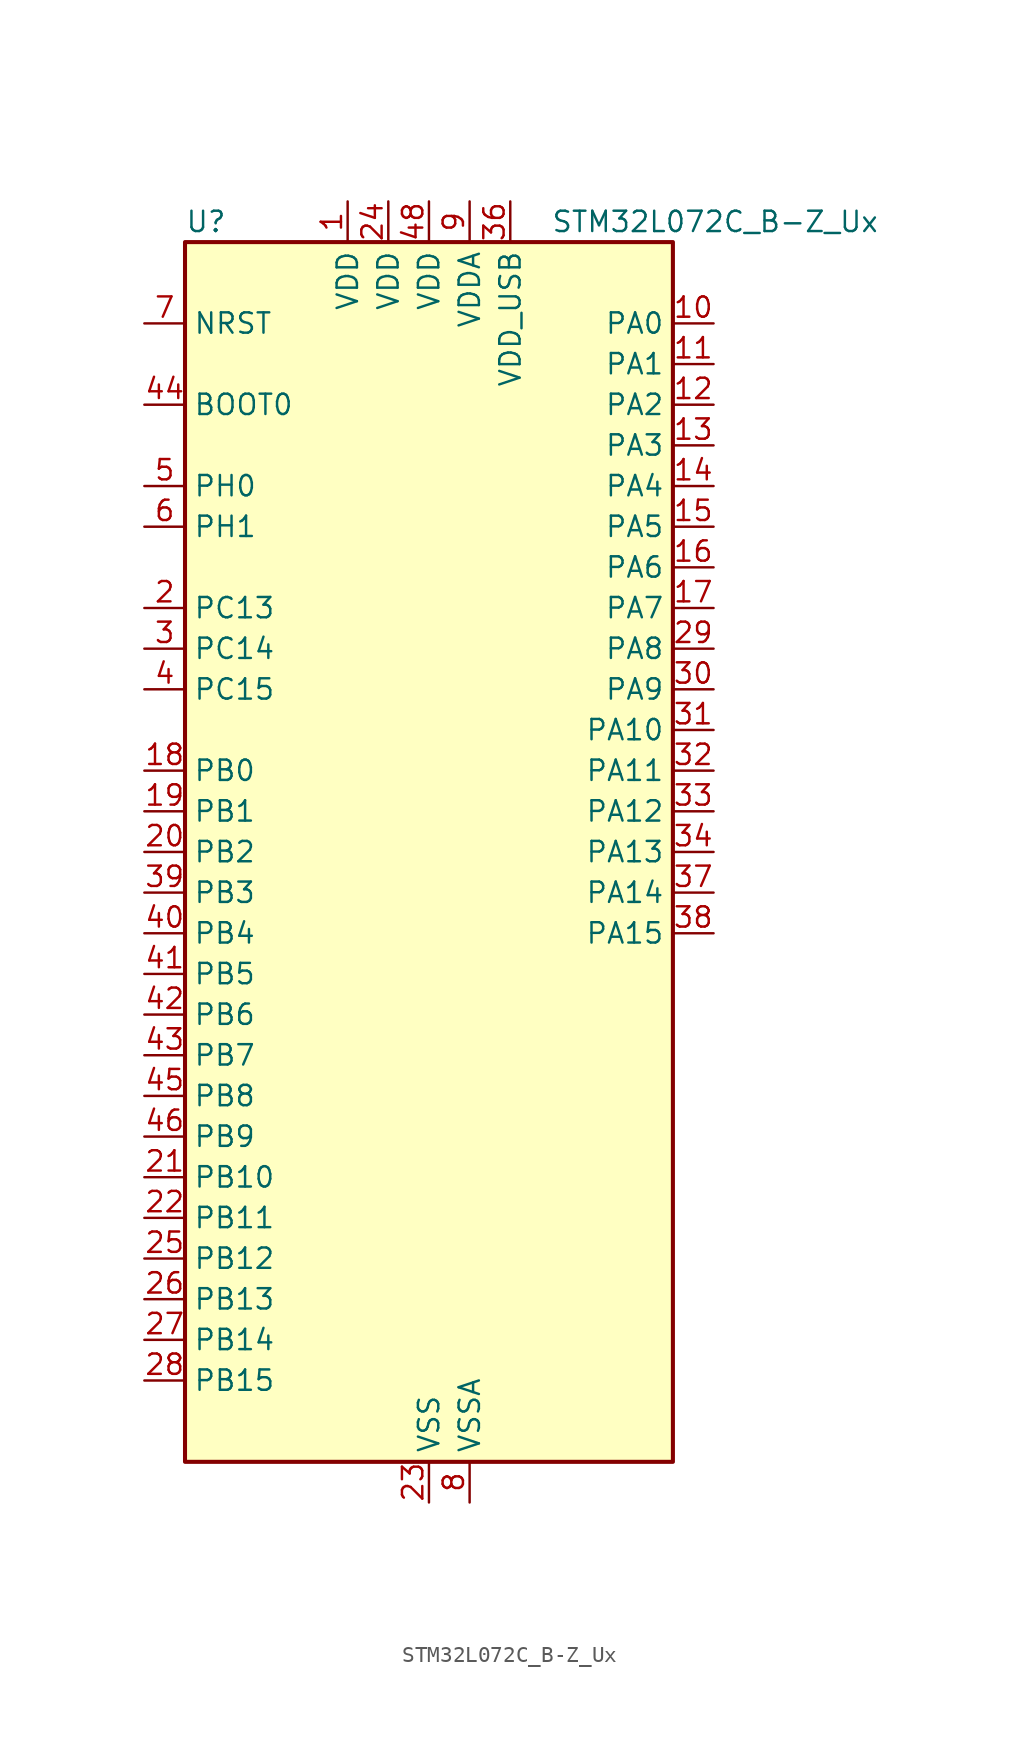
<source format=kicad_sym>
(kicad_symbol_lib
  (version 20241209)
  (generator "kicad_symbol_editor")
  (generator_version "9.0")
  (symbol "STM32L072C_B-Z_Ux"
    (property "Reference" "U"
      (at -15.24 39.37 0)
      (effects (font (size 1.27 1.27)) (justify left)))
    (property "Value" "STM32L072C_B-Z_Ux"
      (at 7.62 39.37 0)
      (effects (font (size 1.27 1.27)) (justify left)))
    (symbol "STM32L072C_B-Z_Ux_0_1"
      (rectangle (start -15.24 -38.1) (end 15.24 38.1) (stroke (width 0.254) (type default)) (fill (type background))))
    (symbol "STM32L072C_B-Z_Ux_1_1"
      (pin input line (at -17.78 33.02 0) (length 2.54) (name "NRST" (effects (font (size 1.27 1.27)))) (number "7" (effects (font (size 1.27 1.27)))))
      (pin input line (at -17.78 27.94 0) (length 2.54) (name "BOOT0" (effects (font (size 1.27 1.27)))) (number "44" (effects (font (size 1.27 1.27)))))
      (pin bidirectional line (at -17.78 22.86 0) (length 2.54) (name "PH0" (effects (font (size 1.27 1.27)))) (number "5" (effects (font (size 1.27 1.27)))) (alternate "CRS_SYNC" bidirectional line) (alternate "RCC_OSC_IN" bidirectional line))
      (pin bidirectional line (at -17.78 20.32 0) (length 2.54) (name "PH1" (effects (font (size 1.27 1.27)))) (number "6" (effects (font (size 1.27 1.27)))) (alternate "RCC_OSC_OUT" bidirectional line))
      (pin bidirectional line (at -17.78 15.24 0) (length 2.54) (name "PC13" (effects (font (size 1.27 1.27)))) (number "2" (effects (font (size 1.27 1.27)))) (alternate "RTC_OUT_ALARM" bidirectional line) (alternate "RTC_OUT_CALIB" bidirectional line) (alternate "RTC_TAMP1" bidirectional line) (alternate "RTC_TS" bidirectional line) (alternate "SYS_WKUP2" bidirectional line))
      (pin bidirectional line (at -17.78 12.7 0) (length 2.54) (name "PC14" (effects (font (size 1.27 1.27)))) (number "3" (effects (font (size 1.27 1.27)))) (alternate "RCC_OSC32_IN" bidirectional line))
      (pin bidirectional line (at -17.78 10.16 0) (length 2.54) (name "PC15" (effects (font (size 1.27 1.27)))) (number "4" (effects (font (size 1.27 1.27)))) (alternate "RCC_OSC32_OUT" bidirectional line))
      (pin bidirectional line (at -17.78 5.08 0) (length 2.54) (name "PB0" (effects (font (size 1.27 1.27)))) (number "18" (effects (font (size 1.27 1.27)))) (alternate "ADC_IN8" bidirectional line) (alternate "SYS_VREF_OUT_PB0" bidirectional line) (alternate "TIM3_CH3" bidirectional line) (alternate "TSC_G3_IO2" bidirectional line))
      (pin bidirectional line (at -17.78 2.54 0) (length 2.54) (name "PB1" (effects (font (size 1.27 1.27)))) (number "19" (effects (font (size 1.27 1.27)))) (alternate "ADC_IN9" bidirectional line) (alternate "LPUART1_DE" bidirectional line) (alternate "LPUART1_RTS" bidirectional line) (alternate "SYS_VREF_OUT_PB1" bidirectional line) (alternate "TIM3_CH4" bidirectional line) (alternate "TSC_G3_IO3" bidirectional line))
      (pin bidirectional line (at -17.78 0 0) (length 2.54) (name "PB2" (effects (font (size 1.27 1.27)))) (number "20" (effects (font (size 1.27 1.27)))) (alternate "I2C3_SMBA" bidirectional line) (alternate "LPTIM1_OUT" bidirectional line) (alternate "TSC_G3_IO4" bidirectional line))
      (pin bidirectional line (at -17.78 -2.54 0) (length 2.54) (name "PB3" (effects (font (size 1.27 1.27)))) (number "39" (effects (font (size 1.27 1.27)))) (alternate "COMP2_INM" bidirectional line) (alternate "SPI1_SCK" bidirectional line) (alternate "TIM2_CH2" bidirectional line) (alternate "TSC_G5_IO1" bidirectional line) (alternate "USART1_DE" bidirectional line) (alternate "USART1_RTS" bidirectional line) (alternate "USART5_TX" bidirectional line))
      (pin bidirectional line (at -17.78 -5.08 0) (length 2.54) (name "PB4" (effects (font (size 1.27 1.27)))) (number "40" (effects (font (size 1.27 1.27)))) (alternate "COMP2_INP" bidirectional line) (alternate "I2C3_SDA" bidirectional line) (alternate "SPI1_MISO" bidirectional line) (alternate "TIM22_CH1" bidirectional line) (alternate "TIM3_CH1" bidirectional line) (alternate "TSC_G5_IO2" bidirectional line) (alternate "USART1_CTS" bidirectional line) (alternate "USART5_RX" bidirectional line))
      (pin bidirectional line (at -17.78 -7.62 0) (length 2.54) (name "PB5" (effects (font (size 1.27 1.27)))) (number "41" (effects (font (size 1.27 1.27)))) (alternate "COMP2_INP" bidirectional line) (alternate "I2C1_SMBA" bidirectional line) (alternate "LPTIM1_IN1" bidirectional line) (alternate "SPI1_MOSI" bidirectional line) (alternate "TIM22_CH2" bidirectional line) (alternate "TIM3_CH2" bidirectional line) (alternate "USART1_CK" bidirectional line) (alternate "USART5_CK" bidirectional line) (alternate "USART5_DE" bidirectional line) (alternate "USART5_RTS" bidirectional line))
      (pin bidirectional line (at -17.78 -10.16 0) (length 2.54) (name "PB6" (effects (font (size 1.27 1.27)))) (number "42" (effects (font (size 1.27 1.27)))) (alternate "COMP2_INP" bidirectional line) (alternate "I2C1_SCL" bidirectional line) (alternate "LPTIM1_ETR" bidirectional line) (alternate "TSC_G5_IO3" bidirectional line) (alternate "USART1_TX" bidirectional line))
      (pin bidirectional line (at -17.78 -12.7 0) (length 2.54) (name "PB7" (effects (font (size 1.27 1.27)))) (number "43" (effects (font (size 1.27 1.27)))) (alternate "COMP2_INP" bidirectional line) (alternate "I2C1_SDA" bidirectional line) (alternate "LPTIM1_IN2" bidirectional line) (alternate "SYS_PVD_IN" bidirectional line) (alternate "TSC_G5_IO4" bidirectional line) (alternate "USART1_RX" bidirectional line) (alternate "USART4_CTS" bidirectional line))
      (pin bidirectional line (at -17.78 -15.24 0) (length 2.54) (name "PB8" (effects (font (size 1.27 1.27)))) (number "45" (effects (font (size 1.27 1.27)))) (alternate "I2C1_SCL" bidirectional line) (alternate "TSC_SYNC" bidirectional line))
      (pin bidirectional line (at -17.78 -17.78 0) (length 2.54) (name "PB9" (effects (font (size 1.27 1.27)))) (number "46" (effects (font (size 1.27 1.27)))) (alternate "DAC_EXTI9" bidirectional line) (alternate "I2C1_SDA" bidirectional line) (alternate "I2S2_WS" bidirectional line) (alternate "SPI2_NSS" bidirectional line))
      (pin bidirectional line (at -17.78 -20.32 0) (length 2.54) (name "PB10" (effects (font (size 1.27 1.27)))) (number "21" (effects (font (size 1.27 1.27)))) (alternate "I2C2_SCL" bidirectional line) (alternate "LPUART1_RX" bidirectional line) (alternate "LPUART1_TX" bidirectional line) (alternate "SPI2_SCK" bidirectional line) (alternate "TIM2_CH3" bidirectional line) (alternate "TSC_SYNC" bidirectional line))
      (pin bidirectional line (at -17.78 -22.86 0) (length 2.54) (name "PB11" (effects (font (size 1.27 1.27)))) (number "22" (effects (font (size 1.27 1.27)))) (alternate "ADC_EXTI11" bidirectional line) (alternate "I2C2_SDA" bidirectional line) (alternate "LPUART1_RX" bidirectional line) (alternate "LPUART1_TX" bidirectional line) (alternate "TIM2_CH4" bidirectional line) (alternate "TSC_G6_IO1" bidirectional line))
      (pin bidirectional line (at -17.78 -25.4 0) (length 2.54) (name "PB12" (effects (font (size 1.27 1.27)))) (number "25" (effects (font (size 1.27 1.27)))) (alternate "I2S2_WS" bidirectional line) (alternate "LPUART1_DE" bidirectional line) (alternate "LPUART1_RTS" bidirectional line) (alternate "SPI2_NSS" bidirectional line) (alternate "TSC_G6_IO2" bidirectional line))
      (pin bidirectional line (at -17.78 -27.94 0) (length 2.54) (name "PB13" (effects (font (size 1.27 1.27)))) (number "26" (effects (font (size 1.27 1.27)))) (alternate "I2C2_SCL" bidirectional line) (alternate "I2S2_CK" bidirectional line) (alternate "LPUART1_CTS" bidirectional line) (alternate "RCC_MCO" bidirectional line) (alternate "SPI2_SCK" bidirectional line) (alternate "TIM21_CH1" bidirectional line) (alternate "TSC_G6_IO3" bidirectional line))
      (pin bidirectional line (at -17.78 -30.48 0) (length 2.54) (name "PB14" (effects (font (size 1.27 1.27)))) (number "27" (effects (font (size 1.27 1.27)))) (alternate "I2C2_SDA" bidirectional line) (alternate "I2S2_MCK" bidirectional line) (alternate "LPUART1_DE" bidirectional line) (alternate "LPUART1_RTS" bidirectional line) (alternate "RTC_OUT_ALARM" bidirectional line) (alternate "RTC_OUT_CALIB" bidirectional line) (alternate "SPI2_MISO" bidirectional line) (alternate "TIM21_CH2" bidirectional line) (alternate "TSC_G6_IO4" bidirectional line))
      (pin bidirectional line (at -17.78 -33.02 0) (length 2.54) (name "PB15" (effects (font (size 1.27 1.27)))) (number "28" (effects (font (size 1.27 1.27)))) (alternate "I2S2_SD" bidirectional line) (alternate "RTC_REFIN" bidirectional line) (alternate "SPI2_MOSI" bidirectional line))
      (pin power_in line (at -5.08 40.64 270) (length 2.54) (name "VDD" (effects (font (size 1.27 1.27)))) (number "1" (effects (font (size 1.27 1.27)))))
      (pin power_in line (at -2.54 40.64 270) (length 2.54) (name "VDD" (effects (font (size 1.27 1.27)))) (number "24" (effects (font (size 1.27 1.27)))))
      (pin power_in line (at 0 40.64 270) (length 2.54) (name "VDD" (effects (font (size 1.27 1.27)))) (number "48" (effects (font (size 1.27 1.27)))))
      (pin power_in line (at 0 -40.64 90) (length 2.54) (name "VSS" (effects (font (size 1.27 1.27)))) (number "23" (effects (font (size 1.27 1.27)))))
      (pin passive line (at 0 -40.64 90) (length 2.54) (hide yes) (name "VSS" (effects (font (size 1.27 1.27)))) (number "35" (effects (font (size 1.27 1.27)))))
      (pin passive line (at 0 -40.64 90) (length 2.54) (hide yes) (name "VSS" (effects (font (size 1.27 1.27)))) (number "47" (effects (font (size 1.27 1.27)))))
      (pin passive line (at 0 -40.64 90) (length 2.54) (hide yes) (name "VSS" (effects (font (size 1.27 1.27)))) (number "49" (effects (font (size 1.27 1.27)))))
      (pin power_in line (at 2.54 40.64 270) (length 2.54) (name "VDDA" (effects (font (size 1.27 1.27)))) (number "9" (effects (font (size 1.27 1.27)))))
      (pin power_in line (at 2.54 -40.64 90) (length 2.54) (name "VSSA" (effects (font (size 1.27 1.27)))) (number "8" (effects (font (size 1.27 1.27)))))
      (pin power_in line (at 5.08 40.64 270) (length 2.54) (name "VDD_USB" (effects (font (size 1.27 1.27)))) (number "36" (effects (font (size 1.27 1.27)))))
      (pin bidirectional line (at 17.78 33.02 180) (length 2.54) (name "PA0" (effects (font (size 1.27 1.27)))) (number "10" (effects (font (size 1.27 1.27)))) (alternate "ADC_IN0" bidirectional line) (alternate "COMP1_INM" bidirectional line) (alternate "COMP1_OUT" bidirectional line) (alternate "RTC_TAMP2" bidirectional line) (alternate "SYS_WKUP1" bidirectional line) (alternate "TIM2_CH1" bidirectional line) (alternate "TIM2_ETR" bidirectional line) (alternate "TSC_G1_IO1" bidirectional line) (alternate "USART2_CTS" bidirectional line) (alternate "USART4_TX" bidirectional line))
      (pin bidirectional line (at 17.78 30.48 180) (length 2.54) (name "PA1" (effects (font (size 1.27 1.27)))) (number "11" (effects (font (size 1.27 1.27)))) (alternate "ADC_IN1" bidirectional line) (alternate "COMP1_INP" bidirectional line) (alternate "TIM21_ETR" bidirectional line) (alternate "TIM2_CH2" bidirectional line) (alternate "TSC_G1_IO2" bidirectional line) (alternate "USART2_DE" bidirectional line) (alternate "USART2_RTS" bidirectional line) (alternate "USART4_RX" bidirectional line))
      (pin bidirectional line (at 17.78 27.94 180) (length 2.54) (name "PA2" (effects (font (size 1.27 1.27)))) (number "12" (effects (font (size 1.27 1.27)))) (alternate "ADC_IN2" bidirectional line) (alternate "COMP2_INM" bidirectional line) (alternate "COMP2_OUT" bidirectional line) (alternate "LPUART1_TX" bidirectional line) (alternate "TIM21_CH1" bidirectional line) (alternate "TIM2_CH3" bidirectional line) (alternate "TSC_G1_IO3" bidirectional line) (alternate "USART2_TX" bidirectional line))
      (pin bidirectional line (at 17.78 25.4 180) (length 2.54) (name "PA3" (effects (font (size 1.27 1.27)))) (number "13" (effects (font (size 1.27 1.27)))) (alternate "ADC_IN3" bidirectional line) (alternate "COMP2_INP" bidirectional line) (alternate "LPUART1_RX" bidirectional line) (alternate "TIM21_CH2" bidirectional line) (alternate "TIM2_CH4" bidirectional line) (alternate "TSC_G1_IO4" bidirectional line) (alternate "USART2_RX" bidirectional line))
      (pin bidirectional line (at 17.78 22.86 180) (length 2.54) (name "PA4" (effects (font (size 1.27 1.27)))) (number "14" (effects (font (size 1.27 1.27)))) (alternate "ADC_IN4" bidirectional line) (alternate "COMP1_INM" bidirectional line) (alternate "COMP2_INM" bidirectional line) (alternate "DAC_OUT1" bidirectional line) (alternate "SPI1_NSS" bidirectional line) (alternate "TIM22_ETR" bidirectional line) (alternate "TSC_G2_IO1" bidirectional line) (alternate "USART2_CK" bidirectional line))
      (pin bidirectional line (at 17.78 20.32 180) (length 2.54) (name "PA5" (effects (font (size 1.27 1.27)))) (number "15" (effects (font (size 1.27 1.27)))) (alternate "ADC_IN5" bidirectional line) (alternate "COMP1_INM" bidirectional line) (alternate "COMP2_INM" bidirectional line) (alternate "DAC_OUT2" bidirectional line) (alternate "SPI1_SCK" bidirectional line) (alternate "TIM2_CH1" bidirectional line) (alternate "TIM2_ETR" bidirectional line) (alternate "TSC_G2_IO2" bidirectional line))
      (pin bidirectional line (at 17.78 17.78 180) (length 2.54) (name "PA6" (effects (font (size 1.27 1.27)))) (number "16" (effects (font (size 1.27 1.27)))) (alternate "ADC_IN6" bidirectional line) (alternate "COMP1_OUT" bidirectional line) (alternate "LPUART1_CTS" bidirectional line) (alternate "SPI1_MISO" bidirectional line) (alternate "TIM22_CH1" bidirectional line) (alternate "TIM3_CH1" bidirectional line) (alternate "TSC_G2_IO3" bidirectional line))
      (pin bidirectional line (at 17.78 15.24 180) (length 2.54) (name "PA7" (effects (font (size 1.27 1.27)))) (number "17" (effects (font (size 1.27 1.27)))) (alternate "ADC_IN7" bidirectional line) (alternate "COMP2_OUT" bidirectional line) (alternate "SPI1_MOSI" bidirectional line) (alternate "TIM22_CH2" bidirectional line) (alternate "TIM3_CH2" bidirectional line) (alternate "TSC_G2_IO4" bidirectional line))
      (pin bidirectional line (at 17.78 12.7 180) (length 2.54) (name "PA8" (effects (font (size 1.27 1.27)))) (number "29" (effects (font (size 1.27 1.27)))) (alternate "CRS_SYNC" bidirectional line) (alternate "I2C3_SCL" bidirectional line) (alternate "RCC_MCO" bidirectional line) (alternate "USART1_CK" bidirectional line))
      (pin bidirectional line (at 17.78 10.16 180) (length 2.54) (name "PA9" (effects (font (size 1.27 1.27)))) (number "30" (effects (font (size 1.27 1.27)))) (alternate "DAC_EXTI9" bidirectional line) (alternate "I2C1_SCL" bidirectional line) (alternate "I2C3_SMBA" bidirectional line) (alternate "RCC_MCO" bidirectional line) (alternate "TSC_G4_IO1" bidirectional line) (alternate "USART1_TX" bidirectional line))
      (pin bidirectional line (at 17.78 7.62 180) (length 2.54) (name "PA10" (effects (font (size 1.27 1.27)))) (number "31" (effects (font (size 1.27 1.27)))) (alternate "I2C1_SDA" bidirectional line) (alternate "TSC_G4_IO2" bidirectional line) (alternate "USART1_RX" bidirectional line))
      (pin bidirectional line (at 17.78 5.08 180) (length 2.54) (name "PA11" (effects (font (size 1.27 1.27)))) (number "32" (effects (font (size 1.27 1.27)))) (alternate "ADC_EXTI11" bidirectional line) (alternate "COMP1_OUT" bidirectional line) (alternate "SPI1_MISO" bidirectional line) (alternate "TSC_G4_IO3" bidirectional line) (alternate "USART1_CTS" bidirectional line) (alternate "USB_DM" bidirectional line))
      (pin bidirectional line (at 17.78 2.54 180) (length 2.54) (name "PA12" (effects (font (size 1.27 1.27)))) (number "33" (effects (font (size 1.27 1.27)))) (alternate "COMP2_OUT" bidirectional line) (alternate "SPI1_MOSI" bidirectional line) (alternate "TSC_G4_IO4" bidirectional line) (alternate "USART1_DE" bidirectional line) (alternate "USART1_RTS" bidirectional line) (alternate "USB_DP" bidirectional line))
      (pin bidirectional line (at 17.78 0 180) (length 2.54) (name "PA13" (effects (font (size 1.27 1.27)))) (number "34" (effects (font (size 1.27 1.27)))) (alternate "LPUART1_RX" bidirectional line) (alternate "SYS_SWDIO" bidirectional line) (alternate "USB_NOE" bidirectional line))
      (pin bidirectional line (at 17.78 -2.54 180) (length 2.54) (name "PA14" (effects (font (size 1.27 1.27)))) (number "37" (effects (font (size 1.27 1.27)))) (alternate "LPUART1_TX" bidirectional line) (alternate "SYS_SWCLK" bidirectional line) (alternate "USART2_TX" bidirectional line))
      (pin bidirectional line (at 17.78 -5.08 180) (length 2.54) (name "PA15" (effects (font (size 1.27 1.27)))) (number "38" (effects (font (size 1.27 1.27)))) (alternate "SPI1_NSS" bidirectional line) (alternate "TIM2_CH1" bidirectional line) (alternate "TIM2_ETR" bidirectional line) (alternate "USART2_RX" bidirectional line) (alternate "USART4_DE" bidirectional line) (alternate "USART4_RTS" bidirectional line)))))
</source>
